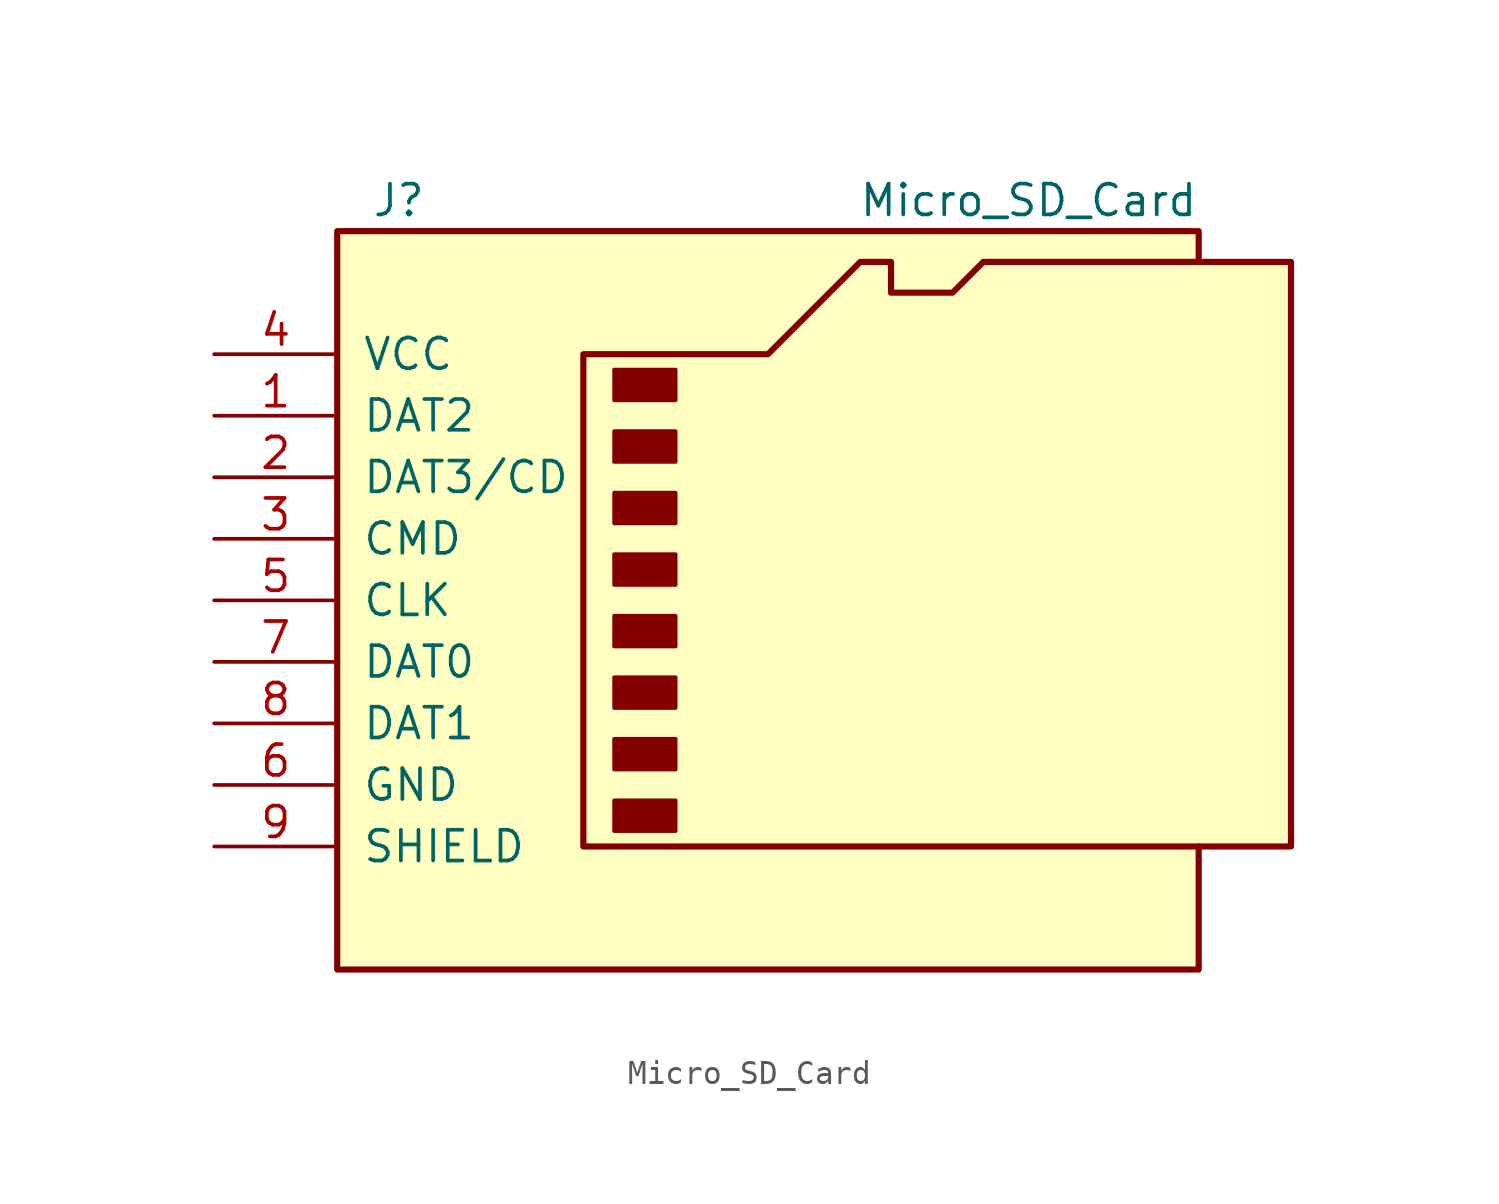
<source format=kicad_sym>
(kicad_symbol_lib
  (version 20241209)
  (generator "kicad_symbol_editor")
  (generator_version "9.0")
  (symbol "Micro_SD_Card"
    (pin_names
      (offset 1.016))
    (property "Reference" "J"
      (at 2.54 31.75 0)
      (effects (font (size 1.27 1.27))))
    (property "Value" "Micro_SD_Card"
      (at 35.56 31.75 0)
      (effects (font (size 1.27 1.27)) (justify right)))
    (symbol "Micro_SD_Card_0_1"
      (polyline (pts (xy 10.16 5.08) (xy 10.16 25.4) (xy 17.78 25.4) (xy 21.59 29.21) (xy 22.86 29.21) (xy 22.86 27.94) (xy 25.4 27.94) (xy 26.67 29.21) (xy 39.37 29.21) (xy 39.37 5.08) (xy 10.16 5.08)) (stroke (width 0.254) (type default)) (fill (type background)))
      (rectangle (start 11.43 24.765) (end 13.97 23.495) (stroke (width 0) (type default)) (fill (type outline)))
      (rectangle (start 11.43 22.225) (end 13.97 20.955) (stroke (width 0) (type default)) (fill (type outline)))
      (rectangle (start 11.43 19.685) (end 13.97 18.415) (stroke (width 0) (type default)) (fill (type outline)))
      (rectangle (start 11.43 17.145) (end 13.97 15.875) (stroke (width 0) (type default)) (fill (type outline)))
      (rectangle (start 11.43 14.605) (end 13.97 13.335) (stroke (width 0) (type default)) (fill (type outline)))
      (rectangle (start 11.43 12.065) (end 13.97 10.795) (stroke (width 0) (type default)) (fill (type outline)))
      (rectangle (start 11.43 9.525) (end 13.97 8.255) (stroke (width 0) (type default)) (fill (type outline)))
      (rectangle (start 11.43 6.985) (end 13.97 5.715) (stroke (width 0) (type default)) (fill (type outline)))
      (polyline (pts (xy 35.56 29.21) (xy 35.56 30.48) (xy 0 30.48) (xy 0 0) (xy 35.56 0) (xy 35.56 5.08)) (stroke (width 0.254) (type default)) (fill (type background))))
    (symbol "Micro_SD_Card_1_1"
      (pin power_in line (at -5.08 25.4 0) (length 5.08) (name "VCC" (effects (font (size 1.27 1.27)))) (number "4" (effects (font (size 1.27 1.27)))))
      (pin bidirectional line (at -5.08 22.86 0) (length 5.08) (name "DAT2" (effects (font (size 1.27 1.27)))) (number "1" (effects (font (size 1.27 1.27)))))
      (pin bidirectional line (at -5.08 20.32 0) (length 5.08) (name "DAT3/CD" (effects (font (size 1.27 1.27)))) (number "2" (effects (font (size 1.27 1.27)))))
      (pin input line (at -5.08 17.78 0) (length 5.08) (name "CMD" (effects (font (size 1.27 1.27)))) (number "3" (effects (font (size 1.27 1.27)))))
      (pin input line (at -5.08 15.24 0) (length 5.08) (name "CLK" (effects (font (size 1.27 1.27)))) (number "5" (effects (font (size 1.27 1.27)))))
      (pin bidirectional line (at -5.08 12.7 0) (length 5.08) (name "DAT0" (effects (font (size 1.27 1.27)))) (number "7" (effects (font (size 1.27 1.27)))))
      (pin bidirectional line (at -5.08 10.16 0) (length 5.08) (name "DAT1" (effects (font (size 1.27 1.27)))) (number "8" (effects (font (size 1.27 1.27)))))
      (pin power_in line (at -5.08 7.62 0) (length 5.08) (name "GND" (effects (font (size 1.27 1.27)))) (number "6" (effects (font (size 1.27 1.27)))))
      (pin passive line (at -5.08 5.08 0) (length 5.08) (name "SHIELD" (effects (font (size 1.27 1.27)))) (number "9" (effects (font (size 1.27 1.27))))))))
</source>
